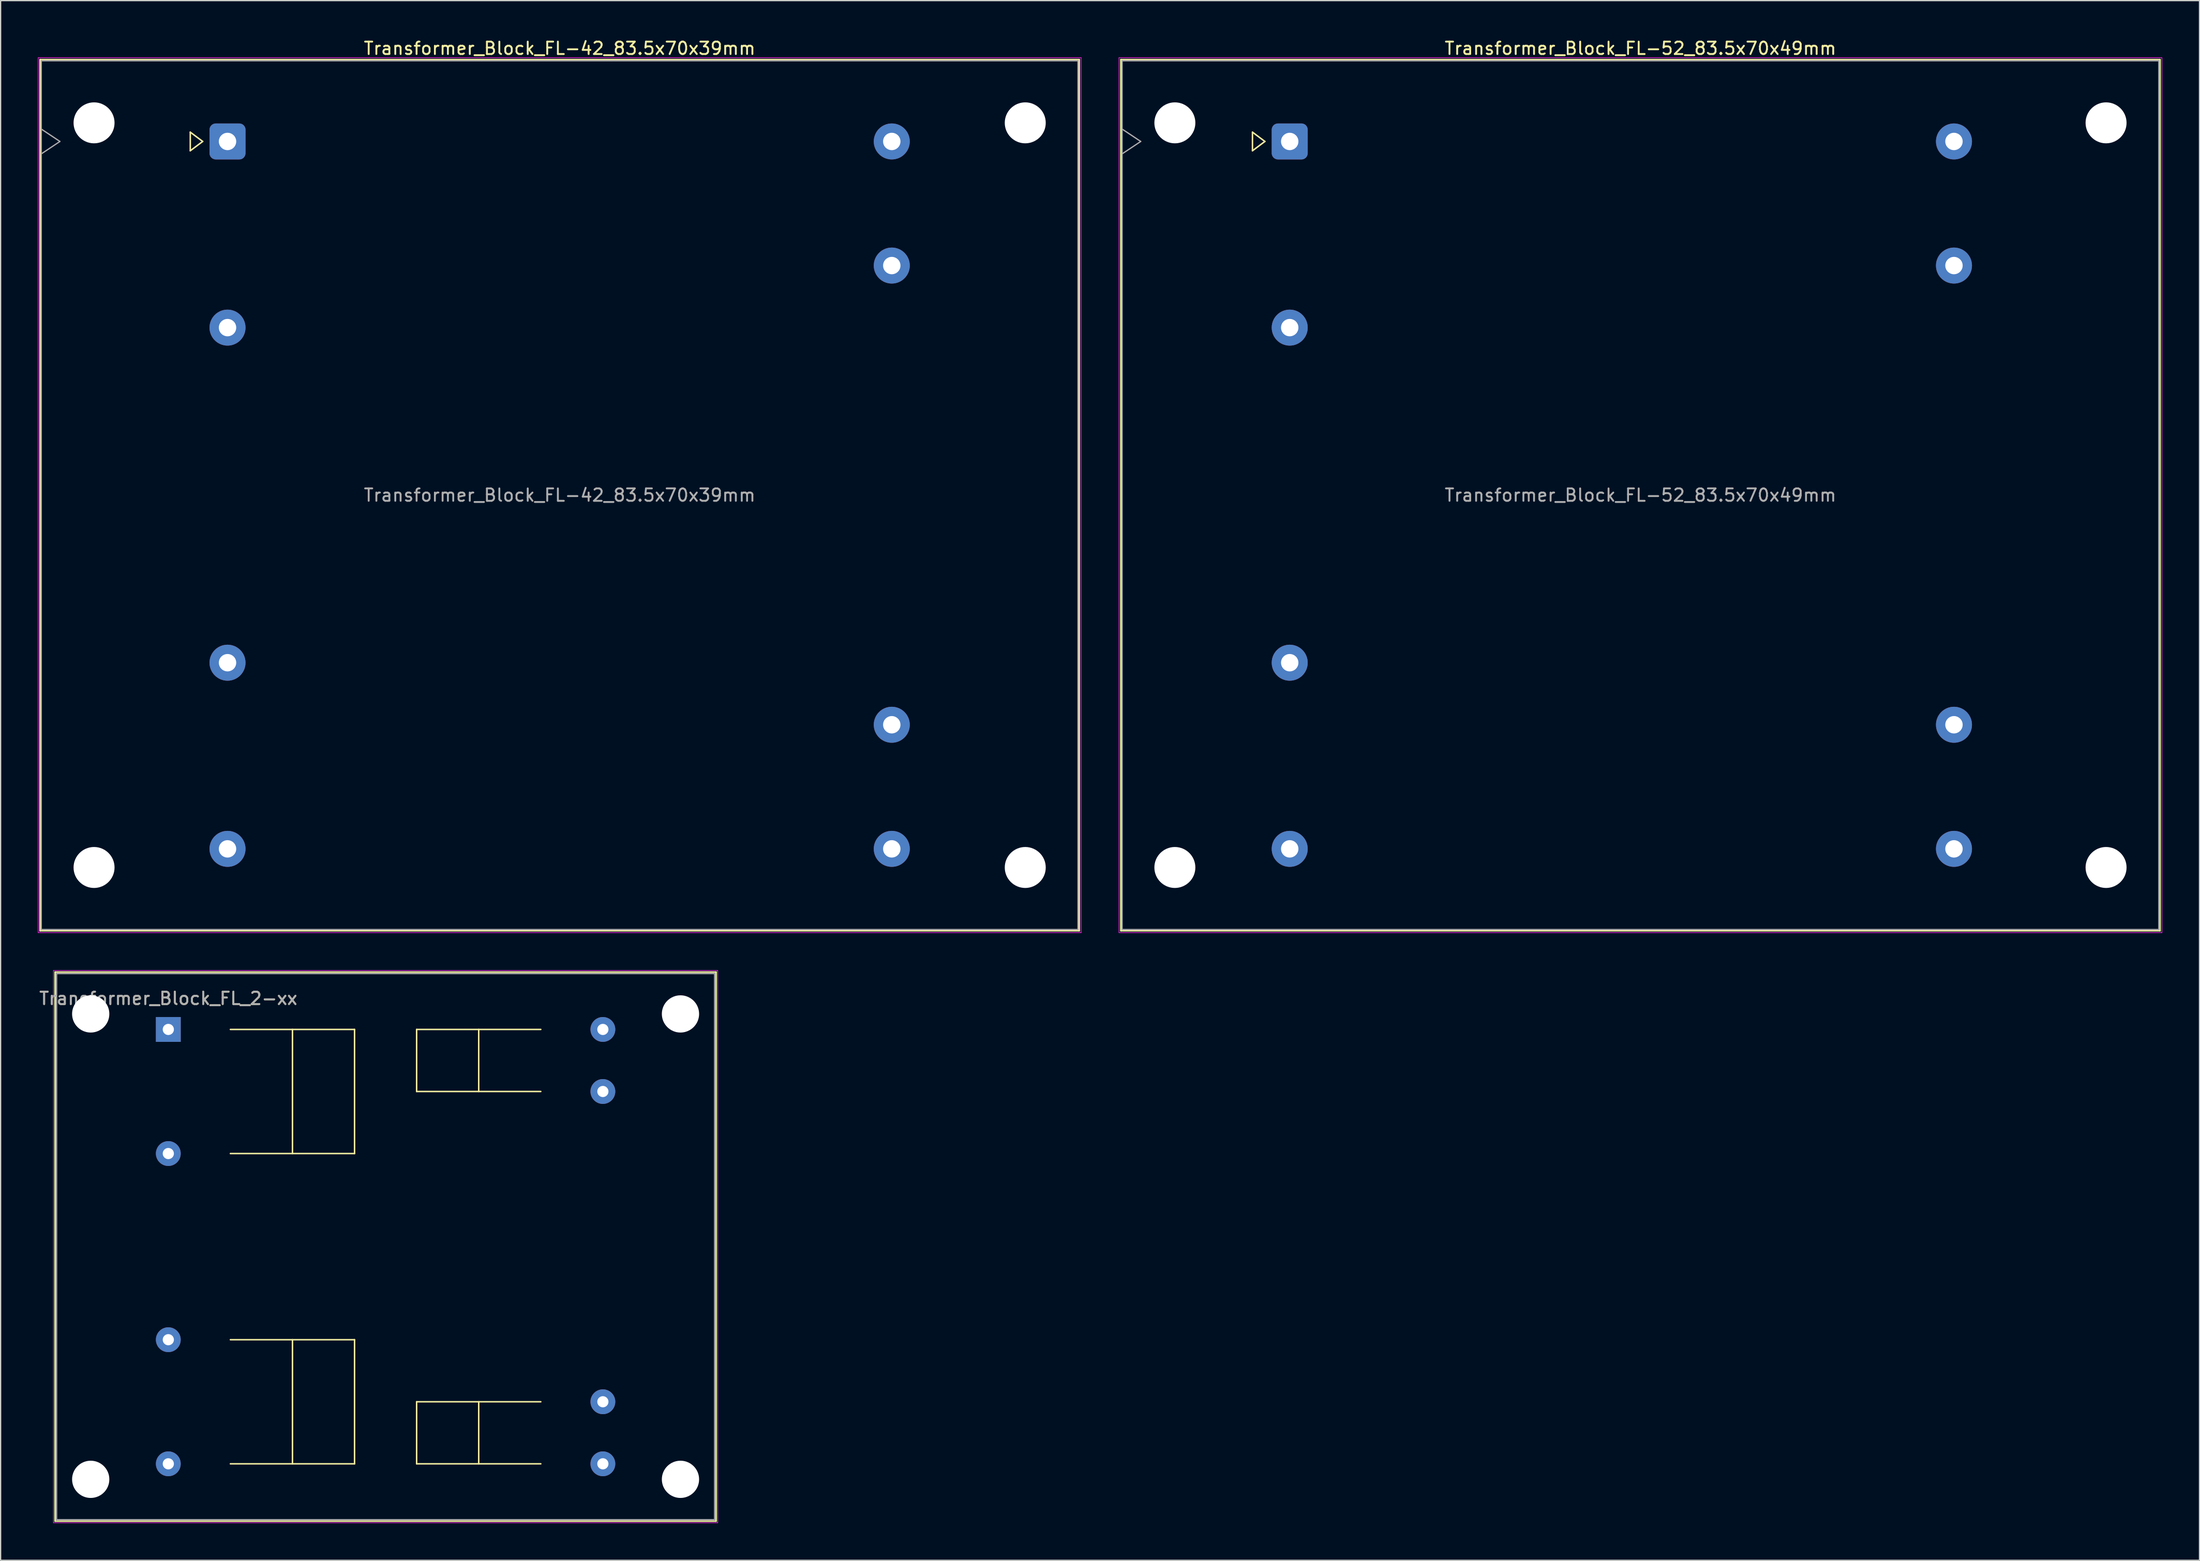
<source format=kicad_pcb>
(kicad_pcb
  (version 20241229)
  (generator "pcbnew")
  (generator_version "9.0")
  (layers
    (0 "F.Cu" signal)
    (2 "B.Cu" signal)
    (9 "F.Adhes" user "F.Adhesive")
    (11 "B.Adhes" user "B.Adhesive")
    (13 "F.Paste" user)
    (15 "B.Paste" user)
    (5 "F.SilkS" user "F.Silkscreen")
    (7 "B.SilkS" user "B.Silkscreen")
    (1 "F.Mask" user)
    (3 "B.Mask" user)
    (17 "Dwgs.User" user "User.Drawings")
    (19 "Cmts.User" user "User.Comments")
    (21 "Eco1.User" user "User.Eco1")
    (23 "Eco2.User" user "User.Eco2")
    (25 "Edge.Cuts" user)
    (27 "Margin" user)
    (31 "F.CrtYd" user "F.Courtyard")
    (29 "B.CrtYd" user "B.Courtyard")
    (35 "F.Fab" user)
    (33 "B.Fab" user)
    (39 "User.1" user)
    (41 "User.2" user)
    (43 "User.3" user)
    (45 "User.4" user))
  (footprint "Transformer_Block_FL-42_83.5x70x39mm"
    (layer "F.Cu")
    (at 15.275 8.348)
    (property "Reference" "Transformer_Block_FL-42_83.5x70x39mm" (at 26.75 -7.5 0) (layer "F.SilkS") (effects (font (size 1 1) (thickness 0.15))))
    (attr through_hole)
    (fp_line (start -15.1 -6.6) (end -15.1 63.6) (stroke (width 0.12) (type solid)) (layer "F.SilkS"))
    (fp_line (start -15.1 63.6) (end 68.6 63.6) (stroke (width 0.12) (type solid)) (layer "F.SilkS"))
    (fp_line (start -3 -0.75) (end -2 0) (stroke (width 0.12) (type solid)) (layer "F.SilkS"))
    (fp_line (start -3 0.75) (end -3 -0.75) (stroke (width 0.12) (type solid)) (layer "F.SilkS"))
    (fp_line (start -2 0) (end -3 0.75) (stroke (width 0.12) (type solid)) (layer "F.SilkS"))
    (fp_line (start 68.6 -6.6) (end -15.1 -6.6) (stroke (width 0.12) (type solid)) (layer "F.SilkS"))
    (fp_line (start 68.6 63.6) (end 68.6 -6.6) (stroke (width 0.12) (type solid)) (layer "F.SilkS"))
    (fp_line (start -15.25 -6.75) (end -15.25 63.75) (stroke (width 0.05) (type solid)) (layer "F.CrtYd"))
    (fp_line (start -15.25 63.75) (end 68.75 63.75) (stroke (width 0.05) (type solid)) (layer "F.CrtYd"))
    (fp_line (start 68.75 -6.75) (end -15.25 -6.75) (stroke (width 0.05) (type solid)) (layer "F.CrtYd"))
    (fp_line (start 68.75 63.75) (end 68.75 -6.75) (stroke (width 0.05) (type solid)) (layer "F.CrtYd"))
    (fp_line (start -15 -6.5) (end -15 63.5) (stroke (width 0.1) (type solid)) (layer "F.Fab"))
    (fp_line (start -15 -1) (end -13.5 0) (stroke (width 0.1) (type solid)) (layer "F.Fab"))
    (fp_line (start -15 63.5) (end 68.5 63.5) (stroke (width 0.1) (type solid)) (layer "F.Fab"))
    (fp_line (start -13.5 0) (end -15 1) (stroke (width 0.1) (type solid)) (layer "F.Fab"))
    (fp_line (start 68.5 -6.5) (end -15 -6.5) (stroke (width 0.1) (type solid)) (layer "F.Fab"))
    (fp_line (start 68.5 63.5) (end 68.5 -6.5) (stroke (width 0.1) (type solid)) (layer "F.Fab"))
    (fp_text user "${REFERENCE}" (at 26.75 28.5 0) (layer "F.Fab") (effects (font (size 1 1) (thickness 0.15))))
    (pad "" np_thru_hole circle (at -10.75 -1.5) (size 3.3 3.3) (drill 3.3) (layers "*.Cu" "*.Mask"))
    (pad "" np_thru_hole circle (at -10.75 58.5) (size 3.3 3.3) (drill 3.3) (layers "*.Cu" "*.Mask"))
    (pad "" np_thru_hole circle (at 64.25 -1.5) (size 3.3 3.3) (drill 3.3) (layers "*.Cu" "*.Mask"))
    (pad "" np_thru_hole circle (at 64.25 58.5) (size 3.3 3.3) (drill 3.3) (layers "*.Cu" "*.Mask"))
    (pad "1" thru_hole roundrect (at 0 0) (size 2.9 2.9) (drill 1.4) (layers "*.Cu" "*.Mask") (roundrect_rratio 0.172))
    (pad "2" thru_hole circle (at 0 15) (size 2.9 2.9) (drill 1.4) (layers "*.Cu" "*.Mask"))
    (pad "3" thru_hole circle (at 0 42) (size 2.9 2.9) (drill 1.4) (layers "*.Cu" "*.Mask"))
    (pad "4" thru_hole circle (at 0 57) (size 2.9 2.9) (drill 1.4) (layers "*.Cu" "*.Mask"))
    (pad "5" thru_hole circle (at 53.5 57) (size 2.9 2.9) (drill 1.4) (layers "*.Cu" "*.Mask"))
    (pad "6" thru_hole circle (at 53.5 47) (size 2.9 2.9) (drill 1.4) (layers "*.Cu" "*.Mask"))
    (pad "7" thru_hole circle (at 53.5 10) (size 2.9 2.9) (drill 1.4) (layers "*.Cu" "*.Mask"))
    (pad "8" thru_hole circle (at 53.5 0) (size 2.9 2.9) (drill 1.4) (layers "*.Cu" "*.Mask")))
  (footprint "Transformer_Block_FL-52_83.5x70x49mm"
    (layer "F.Cu")
    (at 100.825 8.348)
    (property "Reference" "Transformer_Block_FL-52_83.5x70x49mm" (at 28.25 -7.5 0) (layer "F.SilkS") (effects (font (size 1 1) (thickness 0.15))))
    (attr through_hole)
    (fp_line (start -13.6 -6.6) (end -13.6 63.6) (stroke (width 0.12) (type solid)) (layer "F.SilkS"))
    (fp_line (start -13.6 63.6) (end 70.1 63.6) (stroke (width 0.12) (type solid)) (layer "F.SilkS"))
    (fp_line (start -3 -0.75) (end -2 0) (stroke (width 0.12) (type solid)) (layer "F.SilkS"))
    (fp_line (start -3 0.75) (end -3 -0.75) (stroke (width 0.12) (type solid)) (layer "F.SilkS"))
    (fp_line (start -2 0) (end -3 0.75) (stroke (width 0.12) (type solid)) (layer "F.SilkS"))
    (fp_line (start 70.1 -6.6) (end -13.6 -6.6) (stroke (width 0.12) (type solid)) (layer "F.SilkS"))
    (fp_line (start 70.1 63.6) (end 70.1 -6.6) (stroke (width 0.12) (type solid)) (layer "F.SilkS"))
    (fp_line (start -13.75 -6.75) (end -13.75 63.75) (stroke (width 0.05) (type solid)) (layer "F.CrtYd"))
    (fp_line (start -13.75 63.75) (end 70.25 63.75) (stroke (width 0.05) (type solid)) (layer "F.CrtYd"))
    (fp_line (start 70.25 -6.75) (end -13.75 -6.75) (stroke (width 0.05) (type solid)) (layer "F.CrtYd"))
    (fp_line (start 70.25 63.75) (end 70.25 -6.75) (stroke (width 0.05) (type solid)) (layer "F.CrtYd"))
    (fp_line (start -13.5 -6.5) (end -13.5 63.5) (stroke (width 0.1) (type solid)) (layer "F.Fab"))
    (fp_line (start -13.5 -1) (end -12 0) (stroke (width 0.1) (type solid)) (layer "F.Fab"))
    (fp_line (start -13.5 63.5) (end 70 63.5) (stroke (width 0.1) (type solid)) (layer "F.Fab"))
    (fp_line (start -12 0) (end -13.5 1) (stroke (width 0.1) (type solid)) (layer "F.Fab"))
    (fp_line (start 70 -6.5) (end -13.5 -6.5) (stroke (width 0.1) (type solid)) (layer "F.Fab"))
    (fp_line (start 70 63.5) (end 70 -6.5) (stroke (width 0.1) (type solid)) (layer "F.Fab"))
    (fp_text user "${REFERENCE}" (at 28.25 28.5 0) (layer "F.Fab") (effects (font (size 1 1) (thickness 0.15))))
    (pad "" np_thru_hole circle (at -9.25 -1.5) (size 3.3 3.3) (drill 3.3) (layers "*.Cu" "*.Mask"))
    (pad "" np_thru_hole circle (at -9.25 58.5) (size 3.3 3.3) (drill 3.3) (layers "*.Cu" "*.Mask"))
    (pad "" np_thru_hole circle (at 65.75 -1.5) (size 3.3 3.3) (drill 3.3) (layers "*.Cu" "*.Mask"))
    (pad "" np_thru_hole circle (at 65.75 58.5) (size 3.3 3.3) (drill 3.3) (layers "*.Cu" "*.Mask"))
    (pad "1" thru_hole roundrect (at 0 0) (size 2.9 2.9) (drill 1.4) (layers "*.Cu" "*.Mask") (roundrect_rratio 0.172))
    (pad "2" thru_hole circle (at 0 15) (size 2.9 2.9) (drill 1.4) (layers "*.Cu" "*.Mask"))
    (pad "3" thru_hole circle (at 0 42) (size 2.9 2.9) (drill 1.4) (layers "*.Cu" "*.Mask"))
    (pad "4" thru_hole circle (at 0 57) (size 2.9 2.9) (drill 1.4) (layers "*.Cu" "*.Mask"))
    (pad "5" thru_hole circle (at 53.5 57) (size 2.9 2.9) (drill 1.4) (layers "*.Cu" "*.Mask"))
    (pad "6" thru_hole circle (at 53.5 47) (size 2.9 2.9) (drill 1.4) (layers "*.Cu" "*.Mask"))
    (pad "7" thru_hole circle (at 53.5 10) (size 2.9 2.9) (drill 1.4) (layers "*.Cu" "*.Mask"))
    (pad "8" thru_hole circle (at 53.5 0) (size 2.9 2.9) (drill 1.4) (layers "*.Cu" "*.Mask")))
  (footprint "Transformer_Block_FL_2-xx"
    (layer "F.Cu")
    (at 10.506 79.898)
    (property "Reference" "Transformer_Block_FL_2-xx" (at 0 -2.5 0) (layer "F.SilkS") (effects (font (size 1 1) (thickness 0.15))))
    (attr through_hole)
    (fp_line (start -9.12 39.62) (end -9.12 -4.62) (stroke (width 0.12) (type solid)) (layer "F.SilkS"))
    (fp_line (start -9.12 39.62) (end 44.12 39.62) (stroke (width 0.12) (type solid)) (layer "F.SilkS"))
    (fp_line (start 5 0) (end 15 0) (stroke (width 0.12) (type solid)) (layer "F.SilkS"))
    (fp_line (start 5 25) (end 15 25) (stroke (width 0.12) (type solid)) (layer "F.SilkS"))
    (fp_line (start 10 10) (end 10 0) (stroke (width 0.12) (type solid)) (layer "F.SilkS"))
    (fp_line (start 10 25) (end 10 35) (stroke (width 0.12) (type solid)) (layer "F.SilkS"))
    (fp_line (start 15 0) (end 15 10) (stroke (width 0.12) (type solid)) (layer "F.SilkS"))
    (fp_line (start 15 10) (end 5 10) (stroke (width 0.12) (type solid)) (layer "F.SilkS"))
    (fp_line (start 15 25) (end 15 35) (stroke (width 0.12) (type solid)) (layer "F.SilkS"))
    (fp_line (start 15 35) (end 5 35) (stroke (width 0.12) (type solid)) (layer "F.SilkS"))
    (fp_line (start 20 0) (end 30 0) (stroke (width 0.12) (type solid)) (layer "F.SilkS"))
    (fp_line (start 20 5) (end 20 0) (stroke (width 0.12) (type solid)) (layer "F.SilkS"))
    (fp_line (start 20 30) (end 30 30) (stroke (width 0.12) (type solid)) (layer "F.SilkS"))
    (fp_line (start 20 35) (end 20 30) (stroke (width 0.12) (type solid)) (layer "F.SilkS"))
    (fp_line (start 25 0) (end 25 5) (stroke (width 0.12) (type solid)) (layer "F.SilkS"))
    (fp_line (start 25 35) (end 25 30) (stroke (width 0.12) (type solid)) (layer "F.SilkS"))
    (fp_line (start 30 5) (end 20 5) (stroke (width 0.12) (type solid)) (layer "F.SilkS"))
    (fp_line (start 30 35) (end 20 35) (stroke (width 0.12) (type solid)) (layer "F.SilkS"))
    (fp_line (start 44.12 -4.62) (end -9.12 -4.62) (stroke (width 0.12) (type solid)) (layer "F.SilkS"))
    (fp_line (start 44.12 -4.62) (end 44.12 39.62) (stroke (width 0.12) (type solid)) (layer "F.SilkS"))
    (fp_line (start -9.25 39.75) (end -9.25 -4.75) (stroke (width 0.05) (type solid)) (layer "F.CrtYd"))
    (fp_line (start -9.25 39.75) (end 44.25 39.75) (stroke (width 0.05) (type solid)) (layer "F.CrtYd"))
    (fp_line (start 44.25 -4.75) (end -9.25 -4.75) (stroke (width 0.05) (type solid)) (layer "F.CrtYd"))
    (fp_line (start 44.25 -4.75) (end 44.25 39.75) (stroke (width 0.05) (type solid)) (layer "F.CrtYd"))
    (fp_line (start -9 -4.5) (end 44 -4.5) (stroke (width 0.1) (type solid)) (layer "F.Fab"))
    (fp_line (start -9 39.5) (end -9 -4.5) (stroke (width 0.1) (type solid)) (layer "F.Fab"))
    (fp_line (start 44 -4.5) (end 44 39.5) (stroke (width 0.1) (type solid)) (layer "F.Fab"))
    (fp_line (start 44 39.5) (end -9 39.5) (stroke (width 0.1) (type solid)) (layer "F.Fab"))
    (fp_text user "${REFERENCE}" (at 0 -2.5 0) (layer "F.Fab") (effects (font (size 1 1) (thickness 0.15))))
    (pad "" np_thru_hole circle (at -6.25 -1.25 270) (size 3 3) (drill 3) (layers "*.Cu" "*.Mask"))
    (pad "" np_thru_hole circle (at -6.25 36.25 270) (size 3 3) (drill 3) (layers "*.Cu" "*.Mask"))
    (pad "" np_thru_hole circle (at 41.25 -1.25 270) (size 3 3) (drill 3) (layers "*.Cu" "*.Mask"))
    (pad "" np_thru_hole circle (at 41.25 36.25 270) (size 3 3) (drill 3) (layers "*.Cu" "*.Mask"))
    (pad "1" thru_hole rect (at 0 0 270) (size 2 2) (drill 0.9) (layers "*.Cu" "*.Mask"))
    (pad "2" thru_hole circle (at 0 10 270) (size 2 2) (drill 0.9) (layers "*.Cu" "*.Mask"))
    (pad "3" thru_hole circle (at 0 25 270) (size 2 2) (drill 0.9) (layers "*.Cu" "*.Mask"))
    (pad "4" thru_hole circle (at 0 35 270) (size 2 2) (drill 0.9) (layers "*.Cu" "*.Mask"))
    (pad "5" thru_hole circle (at 35 0 270) (size 2 2) (drill 0.9) (layers "*.Cu" "*.Mask"))
    (pad "6" thru_hole circle (at 35 5 270) (size 2 2) (drill 0.9) (layers "*.Cu" "*.Mask"))
    (pad "7" thru_hole circle (at 35 30 270) (size 2 2) (drill 0.9) (layers "*.Cu" "*.Mask"))
    (pad "8" thru_hole circle (at 35 35 270) (size 2 2) (drill 0.9) (layers "*.Cu" "*.Mask")))
  (gr_rect
    (start -3 -3)
    (end 174.1 122.673)
    (stroke (width 0.1) (type default))
    (fill no)
    (layer "Edge.Cuts")))
</source>
